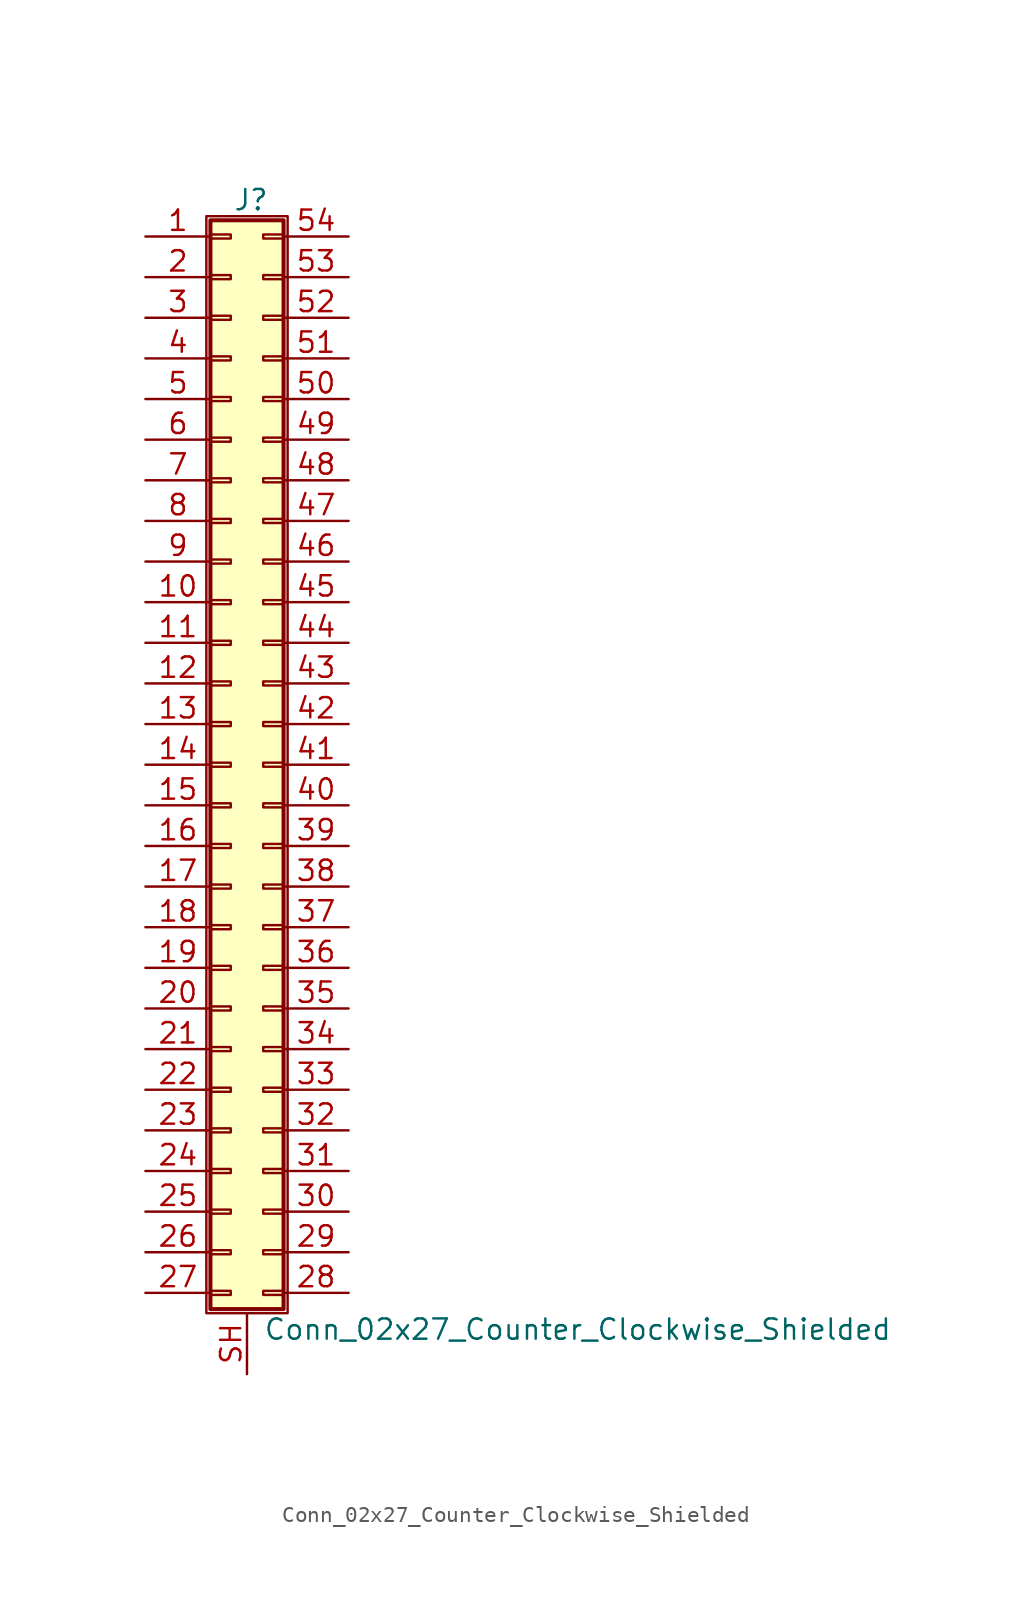
<source format=kicad_sym>
(kicad_symbol_lib
  (version 20201005)
  (generator kicad_symbol_editor)
  (symbol "Conn_02x27_Counter_Clockwise_Shielded"
    (pin_names
      (offset 1.016) hide)
    (property "Reference" "J"
      (at 1.524 35.306 0)
      (effects (font (size 1.27 1.27))))
    (property "Value" "Conn_02x27_Counter_Clockwise_Shielded"
      (at 2.286 -35.306 0)
      (effects (font (size 1.27 1.27)) (justify left)))
    (symbol "Conn_02x27_Counter_Clockwise_Shielded_1_1"
      (rectangle (start -1.27 34.29) (end 3.81 -34.29) (stroke (width 0.152)) (fill (type none)))
      (rectangle (start -1.016 -32.893) (end 0.254 -33.147) (stroke (width 0.152)) (fill (type none)))
      (rectangle (start -1.016 -30.353) (end 0.254 -30.607) (stroke (width 0.152)) (fill (type none)))
      (rectangle (start -1.016 -27.813) (end 0.254 -28.067) (stroke (width 0.152)) (fill (type none)))
      (rectangle (start -1.016 -25.273) (end 0.254 -25.527) (stroke (width 0.152)) (fill (type none)))
      (rectangle (start -1.016 -22.733) (end 0.254 -22.987) (stroke (width 0.152)) (fill (type none)))
      (rectangle (start -1.016 -20.193) (end 0.254 -20.447) (stroke (width 0.152)) (fill (type none)))
      (rectangle (start -1.016 -17.653) (end 0.254 -17.907) (stroke (width 0.152)) (fill (type none)))
      (rectangle (start -1.016 -15.113) (end 0.254 -15.367) (stroke (width 0.152)) (fill (type none)))
      (rectangle (start -1.016 -12.573) (end 0.254 -12.827) (stroke (width 0.152)) (fill (type none)))
      (rectangle (start -1.016 -10.033) (end 0.254 -10.287) (stroke (width 0.152)) (fill (type none)))
      (rectangle (start -1.016 -7.493) (end 0.254 -7.747) (stroke (width 0.152)) (fill (type none)))
      (rectangle (start -1.016 -4.953) (end 0.254 -5.207) (stroke (width 0.152)) (fill (type none)))
      (rectangle (start -1.016 -2.413) (end 0.254 -2.667) (stroke (width 0.152)) (fill (type none)))
      (rectangle (start -1.016 0.127) (end 0.254 -0.127) (stroke (width 0.152)) (fill (type none)))
      (rectangle (start -1.016 2.667) (end 0.254 2.413) (stroke (width 0.152)) (fill (type none)))
      (rectangle (start -1.016 5.207) (end 0.254 4.953) (stroke (width 0.152)) (fill (type none)))
      (rectangle (start -1.016 7.747) (end 0.254 7.493) (stroke (width 0.152)) (fill (type none)))
      (rectangle (start -1.016 10.287) (end 0.254 10.033) (stroke (width 0.152)) (fill (type none)))
      (rectangle (start -1.016 12.827) (end 0.254 12.573) (stroke (width 0.152)) (fill (type none)))
      (rectangle (start -1.016 15.367) (end 0.254 15.113) (stroke (width 0.152)) (fill (type none)))
      (rectangle (start -1.016 17.907) (end 0.254 17.653) (stroke (width 0.152)) (fill (type none)))
      (rectangle (start -1.016 20.447) (end 0.254 20.193) (stroke (width 0.152)) (fill (type none)))
      (rectangle (start -1.016 22.987) (end 0.254 22.733) (stroke (width 0.152)) (fill (type none)))
      (rectangle (start -1.016 25.527) (end 0.254 25.273) (stroke (width 0.152)) (fill (type none)))
      (rectangle (start -1.016 28.067) (end 0.254 27.813) (stroke (width 0.152)) (fill (type none)))
      (rectangle (start -1.016 30.607) (end 0.254 30.353) (stroke (width 0.152)) (fill (type none)))
      (rectangle (start -1.016 33.147) (end 0.254 32.893) (stroke (width 0.152)) (fill (type none)))
      (rectangle (start 3.556 -32.893) (end 2.286 -33.147) (stroke (width 0.152)) (fill (type none)))
      (rectangle (start 3.556 -30.353) (end 2.286 -30.607) (stroke (width 0.152)) (fill (type none)))
      (rectangle (start 3.556 -27.813) (end 2.286 -28.067) (stroke (width 0.152)) (fill (type none)))
      (rectangle (start 3.556 -25.273) (end 2.286 -25.527) (stroke (width 0.152)) (fill (type none)))
      (rectangle (start 3.556 -22.733) (end 2.286 -22.987) (stroke (width 0.152)) (fill (type none)))
      (rectangle (start 3.556 -20.193) (end 2.286 -20.447) (stroke (width 0.152)) (fill (type none)))
      (rectangle (start 3.556 -17.653) (end 2.286 -17.907) (stroke (width 0.152)) (fill (type none)))
      (rectangle (start 3.556 -15.113) (end 2.286 -15.367) (stroke (width 0.152)) (fill (type none)))
      (rectangle (start 3.556 -12.573) (end 2.286 -12.827) (stroke (width 0.152)) (fill (type none)))
      (rectangle (start 3.556 -10.033) (end 2.286 -10.287) (stroke (width 0.152)) (fill (type none)))
      (rectangle (start 3.556 -7.493) (end 2.286 -7.747) (stroke (width 0.152)) (fill (type none)))
      (rectangle (start 3.556 -4.953) (end 2.286 -5.207) (stroke (width 0.152)) (fill (type none)))
      (rectangle (start 3.556 -2.413) (end 2.286 -2.667) (stroke (width 0.152)) (fill (type none)))
      (rectangle (start 3.556 0.127) (end 2.286 -0.127) (stroke (width 0.152)) (fill (type none)))
      (rectangle (start 3.556 2.667) (end 2.286 2.413) (stroke (width 0.152)) (fill (type none)))
      (rectangle (start 3.556 5.207) (end 2.286 4.953) (stroke (width 0.152)) (fill (type none)))
      (rectangle (start 3.556 7.747) (end 2.286 7.493) (stroke (width 0.152)) (fill (type none)))
      (rectangle (start 3.556 10.287) (end 2.286 10.033) (stroke (width 0.152)) (fill (type none)))
      (rectangle (start 3.556 12.827) (end 2.286 12.573) (stroke (width 0.152)) (fill (type none)))
      (rectangle (start 3.556 15.367) (end 2.286 15.113) (stroke (width 0.152)) (fill (type none)))
      (rectangle (start 3.556 17.907) (end 2.286 17.653) (stroke (width 0.152)) (fill (type none)))
      (rectangle (start 3.556 20.447) (end 2.286 20.193) (stroke (width 0.152)) (fill (type none)))
      (rectangle (start 3.556 22.987) (end 2.286 22.733) (stroke (width 0.152)) (fill (type none)))
      (rectangle (start 3.556 25.527) (end 2.286 25.273) (stroke (width 0.152)) (fill (type none)))
      (rectangle (start 3.556 28.067) (end 2.286 27.813) (stroke (width 0.152)) (fill (type none)))
      (rectangle (start 3.556 30.607) (end 2.286 30.353) (stroke (width 0.152)) (fill (type none)))
      (rectangle (start 3.556 33.147) (end 2.286 32.893) (stroke (width 0.152)) (fill (type none)))
      (rectangle (start -1.016 34.036) (end 3.556 -34.036) (stroke (width 0.254)) (fill (type background)))
      (pin passive line (at -5.08 33.02 0) (length 4.064) (name "Pin_1" (effects (font (size 1.27 1.27)))) (number "1" (effects (font (size 1.27 1.27)))))
      (pin passive line (at -5.08 10.16 0) (length 4.064) (name "Pin_10" (effects (font (size 1.27 1.27)))) (number "10" (effects (font (size 1.27 1.27)))))
      (pin passive line (at -5.08 7.62 0) (length 4.064) (name "Pin_11" (effects (font (size 1.27 1.27)))) (number "11" (effects (font (size 1.27 1.27)))))
      (pin passive line (at -5.08 5.08 0) (length 4.064) (name "Pin_12" (effects (font (size 1.27 1.27)))) (number "12" (effects (font (size 1.27 1.27)))))
      (pin passive line (at -5.08 2.54 0) (length 4.064) (name "Pin_13" (effects (font (size 1.27 1.27)))) (number "13" (effects (font (size 1.27 1.27)))))
      (pin passive line (at -5.08 0 0) (length 4.064) (name "Pin_14" (effects (font (size 1.27 1.27)))) (number "14" (effects (font (size 1.27 1.27)))))
      (pin passive line (at -5.08 -2.54 0) (length 4.064) (name "Pin_15" (effects (font (size 1.27 1.27)))) (number "15" (effects (font (size 1.27 1.27)))))
      (pin passive line (at -5.08 -5.08 0) (length 4.064) (name "Pin_16" (effects (font (size 1.27 1.27)))) (number "16" (effects (font (size 1.27 1.27)))))
      (pin passive line (at -5.08 -7.62 0) (length 4.064) (name "Pin_17" (effects (font (size 1.27 1.27)))) (number "17" (effects (font (size 1.27 1.27)))))
      (pin passive line (at -5.08 -10.16 0) (length 4.064) (name "Pin_18" (effects (font (size 1.27 1.27)))) (number "18" (effects (font (size 1.27 1.27)))))
      (pin passive line (at -5.08 -12.7 0) (length 4.064) (name "Pin_19" (effects (font (size 1.27 1.27)))) (number "19" (effects (font (size 1.27 1.27)))))
      (pin passive line (at -5.08 30.48 0) (length 4.064) (name "Pin_2" (effects (font (size 1.27 1.27)))) (number "2" (effects (font (size 1.27 1.27)))))
      (pin passive line (at -5.08 -15.24 0) (length 4.064) (name "Pin_20" (effects (font (size 1.27 1.27)))) (number "20" (effects (font (size 1.27 1.27)))))
      (pin passive line (at -5.08 -17.78 0) (length 4.064) (name "Pin_21" (effects (font (size 1.27 1.27)))) (number "21" (effects (font (size 1.27 1.27)))))
      (pin passive line (at -5.08 -20.32 0) (length 4.064) (name "Pin_22" (effects (font (size 1.27 1.27)))) (number "22" (effects (font (size 1.27 1.27)))))
      (pin passive line (at -5.08 -22.86 0) (length 4.064) (name "Pin_23" (effects (font (size 1.27 1.27)))) (number "23" (effects (font (size 1.27 1.27)))))
      (pin passive line (at -5.08 -25.4 0) (length 4.064) (name "Pin_24" (effects (font (size 1.27 1.27)))) (number "24" (effects (font (size 1.27 1.27)))))
      (pin passive line (at -5.08 -27.94 0) (length 4.064) (name "Pin_25" (effects (font (size 1.27 1.27)))) (number "25" (effects (font (size 1.27 1.27)))))
      (pin passive line (at -5.08 -30.48 0) (length 4.064) (name "Pin_26" (effects (font (size 1.27 1.27)))) (number "26" (effects (font (size 1.27 1.27)))))
      (pin passive line (at -5.08 -33.02 0) (length 4.064) (name "Pin_27" (effects (font (size 1.27 1.27)))) (number "27" (effects (font (size 1.27 1.27)))))
      (pin passive line (at 7.62 -33.02 180) (length 4.064) (name "Pin_28" (effects (font (size 1.27 1.27)))) (number "28" (effects (font (size 1.27 1.27)))))
      (pin passive line (at 7.62 -30.48 180) (length 4.064) (name "Pin_29" (effects (font (size 1.27 1.27)))) (number "29" (effects (font (size 1.27 1.27)))))
      (pin passive line (at -5.08 27.94 0) (length 4.064) (name "Pin_3" (effects (font (size 1.27 1.27)))) (number "3" (effects (font (size 1.27 1.27)))))
      (pin passive line (at 7.62 -27.94 180) (length 4.064) (name "Pin_30" (effects (font (size 1.27 1.27)))) (number "30" (effects (font (size 1.27 1.27)))))
      (pin passive line (at 7.62 -25.4 180) (length 4.064) (name "Pin_31" (effects (font (size 1.27 1.27)))) (number "31" (effects (font (size 1.27 1.27)))))
      (pin passive line (at 7.62 -22.86 180) (length 4.064) (name "Pin_32" (effects (font (size 1.27 1.27)))) (number "32" (effects (font (size 1.27 1.27)))))
      (pin passive line (at 7.62 -20.32 180) (length 4.064) (name "Pin_33" (effects (font (size 1.27 1.27)))) (number "33" (effects (font (size 1.27 1.27)))))
      (pin passive line (at 7.62 -17.78 180) (length 4.064) (name "Pin_34" (effects (font (size 1.27 1.27)))) (number "34" (effects (font (size 1.27 1.27)))))
      (pin passive line (at 7.62 -15.24 180) (length 4.064) (name "Pin_35" (effects (font (size 1.27 1.27)))) (number "35" (effects (font (size 1.27 1.27)))))
      (pin passive line (at 7.62 -12.7 180) (length 4.064) (name "Pin_36" (effects (font (size 1.27 1.27)))) (number "36" (effects (font (size 1.27 1.27)))))
      (pin passive line (at 7.62 -10.16 180) (length 4.064) (name "Pin_37" (effects (font (size 1.27 1.27)))) (number "37" (effects (font (size 1.27 1.27)))))
      (pin passive line (at 7.62 -7.62 180) (length 4.064) (name "Pin_38" (effects (font (size 1.27 1.27)))) (number "38" (effects (font (size 1.27 1.27)))))
      (pin passive line (at 7.62 -5.08 180) (length 4.064) (name "Pin_39" (effects (font (size 1.27 1.27)))) (number "39" (effects (font (size 1.27 1.27)))))
      (pin passive line (at -5.08 25.4 0) (length 4.064) (name "Pin_4" (effects (font (size 1.27 1.27)))) (number "4" (effects (font (size 1.27 1.27)))))
      (pin passive line (at 7.62 -2.54 180) (length 4.064) (name "Pin_40" (effects (font (size 1.27 1.27)))) (number "40" (effects (font (size 1.27 1.27)))))
      (pin passive line (at 7.62 0 180) (length 4.064) (name "Pin_41" (effects (font (size 1.27 1.27)))) (number "41" (effects (font (size 1.27 1.27)))))
      (pin passive line (at 7.62 2.54 180) (length 4.064) (name "Pin_42" (effects (font (size 1.27 1.27)))) (number "42" (effects (font (size 1.27 1.27)))))
      (pin passive line (at 7.62 5.08 180) (length 4.064) (name "Pin_43" (effects (font (size 1.27 1.27)))) (number "43" (effects (font (size 1.27 1.27)))))
      (pin passive line (at 7.62 7.62 180) (length 4.064) (name "Pin_44" (effects (font (size 1.27 1.27)))) (number "44" (effects (font (size 1.27 1.27)))))
      (pin passive line (at 7.62 10.16 180) (length 4.064) (name "Pin_45" (effects (font (size 1.27 1.27)))) (number "45" (effects (font (size 1.27 1.27)))))
      (pin passive line (at 7.62 12.7 180) (length 4.064) (name "Pin_46" (effects (font (size 1.27 1.27)))) (number "46" (effects (font (size 1.27 1.27)))))
      (pin passive line (at 7.62 15.24 180) (length 4.064) (name "Pin_47" (effects (font (size 1.27 1.27)))) (number "47" (effects (font (size 1.27 1.27)))))
      (pin passive line (at 7.62 17.78 180) (length 4.064) (name "Pin_48" (effects (font (size 1.27 1.27)))) (number "48" (effects (font (size 1.27 1.27)))))
      (pin passive line (at 7.62 20.32 180) (length 4.064) (name "Pin_49" (effects (font (size 1.27 1.27)))) (number "49" (effects (font (size 1.27 1.27)))))
      (pin passive line (at -5.08 22.86 0) (length 4.064) (name "Pin_5" (effects (font (size 1.27 1.27)))) (number "5" (effects (font (size 1.27 1.27)))))
      (pin passive line (at 7.62 22.86 180) (length 4.064) (name "Pin_50" (effects (font (size 1.27 1.27)))) (number "50" (effects (font (size 1.27 1.27)))))
      (pin passive line (at 7.62 25.4 180) (length 4.064) (name "Pin_51" (effects (font (size 1.27 1.27)))) (number "51" (effects (font (size 1.27 1.27)))))
      (pin passive line (at 7.62 27.94 180) (length 4.064) (name "Pin_52" (effects (font (size 1.27 1.27)))) (number "52" (effects (font (size 1.27 1.27)))))
      (pin passive line (at 7.62 30.48 180) (length 4.064) (name "Pin_53" (effects (font (size 1.27 1.27)))) (number "53" (effects (font (size 1.27 1.27)))))
      (pin passive line (at 7.62 33.02 180) (length 4.064) (name "Pin_54" (effects (font (size 1.27 1.27)))) (number "54" (effects (font (size 1.27 1.27)))))
      (pin passive line (at -5.08 20.32 0) (length 4.064) (name "Pin_6" (effects (font (size 1.27 1.27)))) (number "6" (effects (font (size 1.27 1.27)))))
      (pin passive line (at -5.08 17.78 0) (length 4.064) (name "Pin_7" (effects (font (size 1.27 1.27)))) (number "7" (effects (font (size 1.27 1.27)))))
      (pin passive line (at -5.08 15.24 0) (length 4.064) (name "Pin_8" (effects (font (size 1.27 1.27)))) (number "8" (effects (font (size 1.27 1.27)))))
      (pin passive line (at -5.08 12.7 0) (length 4.064) (name "Pin_9" (effects (font (size 1.27 1.27)))) (number "9" (effects (font (size 1.27 1.27)))))
      (pin passive line (at 1.27 -38.1 90) (length 3.81) (name "Shield" (effects (font (size 1.27 1.27)))) (number "SH" (effects (font (size 1.27 1.27))))))))
</source>
